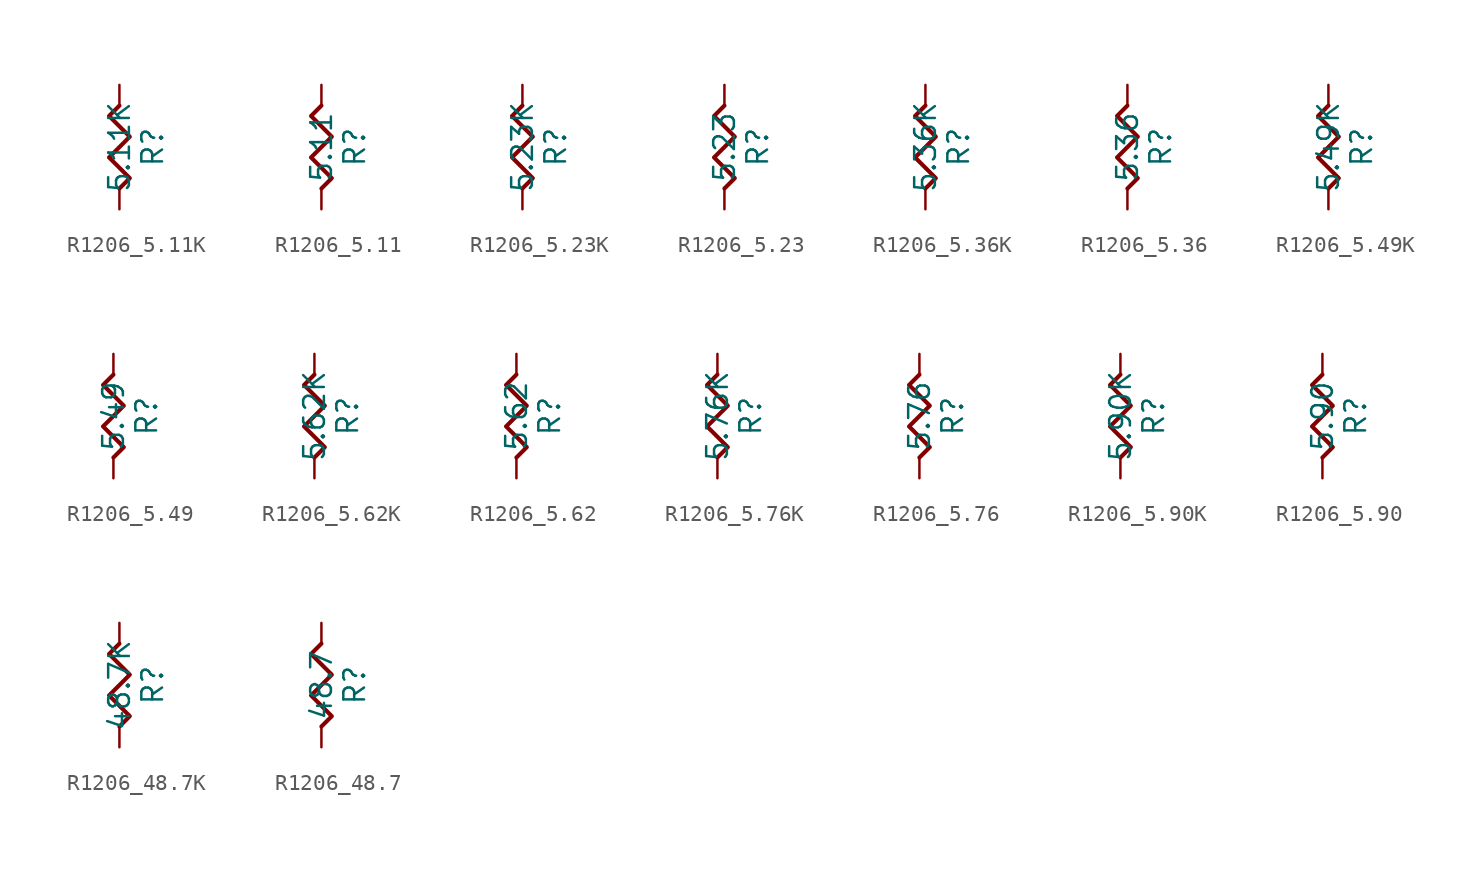
<source format=kicad_sym>
(kicad_symbol_lib
  (version 20211014)
  (generator atlantix-eda)
  (symbol "R1206_5.11K"
    (pin_numbers hide)
    (pin_names
      (offset 0))
    (property "Reference" "R"
      (at 2.032 0 90)
      (effects (font (size 1.27 1.27))))
    (property "Value" "5.11K"
      (at 0 0 90)
      (effects (font (size 1.27 1.27))))
    (symbol "R1206_5.11K_0_1"
      (polyline (pts (xy 0 -2.54) (xy 0.635 -1.905) (xy -0.635 -0.635) (xy 0.635 0.635) (xy -0.635 1.905) (xy 0 2.54)) (stroke (width 0.254) (type default) (color 0 0 0 0)) (fill (type none))))
    (symbol "R1206_5.11K_1_1"
      (pin passive line (at 0 3.81 270) (length 1.27) (name "~" (effects (font (size 1.27 1.27)))) (number "1" (effects (font (size 1.27 1.27)))))
      (pin passive line (at 0 -3.81 90) (length 1.27) (name "~" (effects (font (size 1.27 1.27)))) (number "2" (effects (font (size 1.27 1.27)))))))
  (symbol "R1206_5.11"
    (pin_numbers hide)
    (pin_names
      (offset 0))
    (property "Reference" "R"
      (at 2.032 0 90)
      (effects (font (size 1.27 1.27))))
    (property "Value" "5.11"
      (at 0 0 90)
      (effects (font (size 1.27 1.27))))
    (symbol "R1206_5.11_0_1"
      (polyline (pts (xy 0 -2.54) (xy 0.635 -1.905) (xy -0.635 -0.635) (xy 0.635 0.635) (xy -0.635 1.905) (xy 0 2.54)) (stroke (width 0.254) (type default) (color 0 0 0 0)) (fill (type none))))
    (symbol "R1206_5.11_1_1"
      (pin passive line (at 0 3.81 270) (length 1.27) (name "~" (effects (font (size 1.27 1.27)))) (number "1" (effects (font (size 1.27 1.27)))))
      (pin passive line (at 0 -3.81 90) (length 1.27) (name "~" (effects (font (size 1.27 1.27)))) (number "2" (effects (font (size 1.27 1.27)))))))
  (symbol "R1206_5.23K"
    (pin_numbers hide)
    (pin_names
      (offset 0))
    (property "Reference" "R"
      (at 2.032 0 90)
      (effects (font (size 1.27 1.27))))
    (property "Value" "5.23K"
      (at 0 0 90)
      (effects (font (size 1.27 1.27))))
    (symbol "R1206_5.23K_0_1"
      (polyline (pts (xy 0 -2.54) (xy 0.635 -1.905) (xy -0.635 -0.635) (xy 0.635 0.635) (xy -0.635 1.905) (xy 0 2.54)) (stroke (width 0.254) (type default) (color 0 0 0 0)) (fill (type none))))
    (symbol "R1206_5.23K_1_1"
      (pin passive line (at 0 3.81 270) (length 1.27) (name "~" (effects (font (size 1.27 1.27)))) (number "1" (effects (font (size 1.27 1.27)))))
      (pin passive line (at 0 -3.81 90) (length 1.27) (name "~" (effects (font (size 1.27 1.27)))) (number "2" (effects (font (size 1.27 1.27)))))))
  (symbol "R1206_5.23"
    (pin_numbers hide)
    (pin_names
      (offset 0))
    (property "Reference" "R"
      (at 2.032 0 90)
      (effects (font (size 1.27 1.27))))
    (property "Value" "5.23"
      (at 0 0 90)
      (effects (font (size 1.27 1.27))))
    (symbol "R1206_5.23_0_1"
      (polyline (pts (xy 0 -2.54) (xy 0.635 -1.905) (xy -0.635 -0.635) (xy 0.635 0.635) (xy -0.635 1.905) (xy 0 2.54)) (stroke (width 0.254) (type default) (color 0 0 0 0)) (fill (type none))))
    (symbol "R1206_5.23_1_1"
      (pin passive line (at 0 3.81 270) (length 1.27) (name "~" (effects (font (size 1.27 1.27)))) (number "1" (effects (font (size 1.27 1.27)))))
      (pin passive line (at 0 -3.81 90) (length 1.27) (name "~" (effects (font (size 1.27 1.27)))) (number "2" (effects (font (size 1.27 1.27)))))))
  (symbol "R1206_5.36K"
    (pin_numbers hide)
    (pin_names
      (offset 0))
    (property "Reference" "R"
      (at 2.032 0 90)
      (effects (font (size 1.27 1.27))))
    (property "Value" "5.36K"
      (at 0 0 90)
      (effects (font (size 1.27 1.27))))
    (symbol "R1206_5.36K_0_1"
      (polyline (pts (xy 0 -2.54) (xy 0.635 -1.905) (xy -0.635 -0.635) (xy 0.635 0.635) (xy -0.635 1.905) (xy 0 2.54)) (stroke (width 0.254) (type default) (color 0 0 0 0)) (fill (type none))))
    (symbol "R1206_5.36K_1_1"
      (pin passive line (at 0 3.81 270) (length 1.27) (name "~" (effects (font (size 1.27 1.27)))) (number "1" (effects (font (size 1.27 1.27)))))
      (pin passive line (at 0 -3.81 90) (length 1.27) (name "~" (effects (font (size 1.27 1.27)))) (number "2" (effects (font (size 1.27 1.27)))))))
  (symbol "R1206_5.36"
    (pin_numbers hide)
    (pin_names
      (offset 0))
    (property "Reference" "R"
      (at 2.032 0 90)
      (effects (font (size 1.27 1.27))))
    (property "Value" "5.36"
      (at 0 0 90)
      (effects (font (size 1.27 1.27))))
    (symbol "R1206_5.36_0_1"
      (polyline (pts (xy 0 -2.54) (xy 0.635 -1.905) (xy -0.635 -0.635) (xy 0.635 0.635) (xy -0.635 1.905) (xy 0 2.54)) (stroke (width 0.254) (type default) (color 0 0 0 0)) (fill (type none))))
    (symbol "R1206_5.36_1_1"
      (pin passive line (at 0 3.81 270) (length 1.27) (name "~" (effects (font (size 1.27 1.27)))) (number "1" (effects (font (size 1.27 1.27)))))
      (pin passive line (at 0 -3.81 90) (length 1.27) (name "~" (effects (font (size 1.27 1.27)))) (number "2" (effects (font (size 1.27 1.27)))))))
  (symbol "R1206_5.49K"
    (pin_numbers hide)
    (pin_names
      (offset 0))
    (property "Reference" "R"
      (at 2.032 0 90)
      (effects (font (size 1.27 1.27))))
    (property "Value" "5.49K"
      (at 0 0 90)
      (effects (font (size 1.27 1.27))))
    (symbol "R1206_5.49K_0_1"
      (polyline (pts (xy 0 -2.54) (xy 0.635 -1.905) (xy -0.635 -0.635) (xy 0.635 0.635) (xy -0.635 1.905) (xy 0 2.54)) (stroke (width 0.254) (type default) (color 0 0 0 0)) (fill (type none))))
    (symbol "R1206_5.49K_1_1"
      (pin passive line (at 0 3.81 270) (length 1.27) (name "~" (effects (font (size 1.27 1.27)))) (number "1" (effects (font (size 1.27 1.27)))))
      (pin passive line (at 0 -3.81 90) (length 1.27) (name "~" (effects (font (size 1.27 1.27)))) (number "2" (effects (font (size 1.27 1.27)))))))
  (symbol "R1206_5.49"
    (pin_numbers hide)
    (pin_names
      (offset 0))
    (property "Reference" "R"
      (at 2.032 0 90)
      (effects (font (size 1.27 1.27))))
    (property "Value" "5.49"
      (at 0 0 90)
      (effects (font (size 1.27 1.27))))
    (symbol "R1206_5.49_0_1"
      (polyline (pts (xy 0 -2.54) (xy 0.635 -1.905) (xy -0.635 -0.635) (xy 0.635 0.635) (xy -0.635 1.905) (xy 0 2.54)) (stroke (width 0.254) (type default) (color 0 0 0 0)) (fill (type none))))
    (symbol "R1206_5.49_1_1"
      (pin passive line (at 0 3.81 270) (length 1.27) (name "~" (effects (font (size 1.27 1.27)))) (number "1" (effects (font (size 1.27 1.27)))))
      (pin passive line (at 0 -3.81 90) (length 1.27) (name "~" (effects (font (size 1.27 1.27)))) (number "2" (effects (font (size 1.27 1.27)))))))
  (symbol "R1206_5.62K"
    (pin_numbers hide)
    (pin_names
      (offset 0))
    (property "Reference" "R"
      (at 2.032 0 90)
      (effects (font (size 1.27 1.27))))
    (property "Value" "5.62K"
      (at 0 0 90)
      (effects (font (size 1.27 1.27))))
    (symbol "R1206_5.62K_0_1"
      (polyline (pts (xy 0 -2.54) (xy 0.635 -1.905) (xy -0.635 -0.635) (xy 0.635 0.635) (xy -0.635 1.905) (xy 0 2.54)) (stroke (width 0.254) (type default) (color 0 0 0 0)) (fill (type none))))
    (symbol "R1206_5.62K_1_1"
      (pin passive line (at 0 3.81 270) (length 1.27) (name "~" (effects (font (size 1.27 1.27)))) (number "1" (effects (font (size 1.27 1.27)))))
      (pin passive line (at 0 -3.81 90) (length 1.27) (name "~" (effects (font (size 1.27 1.27)))) (number "2" (effects (font (size 1.27 1.27)))))))
  (symbol "R1206_5.62"
    (pin_numbers hide)
    (pin_names
      (offset 0))
    (property "Reference" "R"
      (at 2.032 0 90)
      (effects (font (size 1.27 1.27))))
    (property "Value" "5.62"
      (at 0 0 90)
      (effects (font (size 1.27 1.27))))
    (symbol "R1206_5.62_0_1"
      (polyline (pts (xy 0 -2.54) (xy 0.635 -1.905) (xy -0.635 -0.635) (xy 0.635 0.635) (xy -0.635 1.905) (xy 0 2.54)) (stroke (width 0.254) (type default) (color 0 0 0 0)) (fill (type none))))
    (symbol "R1206_5.62_1_1"
      (pin passive line (at 0 3.81 270) (length 1.27) (name "~" (effects (font (size 1.27 1.27)))) (number "1" (effects (font (size 1.27 1.27)))))
      (pin passive line (at 0 -3.81 90) (length 1.27) (name "~" (effects (font (size 1.27 1.27)))) (number "2" (effects (font (size 1.27 1.27)))))))
  (symbol "R1206_5.76K"
    (pin_numbers hide)
    (pin_names
      (offset 0))
    (property "Reference" "R"
      (at 2.032 0 90)
      (effects (font (size 1.27 1.27))))
    (property "Value" "5.76K"
      (at 0 0 90)
      (effects (font (size 1.27 1.27))))
    (symbol "R1206_5.76K_0_1"
      (polyline (pts (xy 0 -2.54) (xy 0.635 -1.905) (xy -0.635 -0.635) (xy 0.635 0.635) (xy -0.635 1.905) (xy 0 2.54)) (stroke (width 0.254) (type default) (color 0 0 0 0)) (fill (type none))))
    (symbol "R1206_5.76K_1_1"
      (pin passive line (at 0 3.81 270) (length 1.27) (name "~" (effects (font (size 1.27 1.27)))) (number "1" (effects (font (size 1.27 1.27)))))
      (pin passive line (at 0 -3.81 90) (length 1.27) (name "~" (effects (font (size 1.27 1.27)))) (number "2" (effects (font (size 1.27 1.27)))))))
  (symbol "R1206_5.76"
    (pin_numbers hide)
    (pin_names
      (offset 0))
    (property "Reference" "R"
      (at 2.032 0 90)
      (effects (font (size 1.27 1.27))))
    (property "Value" "5.76"
      (at 0 0 90)
      (effects (font (size 1.27 1.27))))
    (symbol "R1206_5.76_0_1"
      (polyline (pts (xy 0 -2.54) (xy 0.635 -1.905) (xy -0.635 -0.635) (xy 0.635 0.635) (xy -0.635 1.905) (xy 0 2.54)) (stroke (width 0.254) (type default) (color 0 0 0 0)) (fill (type none))))
    (symbol "R1206_5.76_1_1"
      (pin passive line (at 0 3.81 270) (length 1.27) (name "~" (effects (font (size 1.27 1.27)))) (number "1" (effects (font (size 1.27 1.27)))))
      (pin passive line (at 0 -3.81 90) (length 1.27) (name "~" (effects (font (size 1.27 1.27)))) (number "2" (effects (font (size 1.27 1.27)))))))
  (symbol "R1206_5.90K"
    (pin_numbers hide)
    (pin_names
      (offset 0))
    (property "Reference" "R"
      (at 2.032 0 90)
      (effects (font (size 1.27 1.27))))
    (property "Value" "5.90K"
      (at 0 0 90)
      (effects (font (size 1.27 1.27))))
    (symbol "R1206_5.90K_0_1"
      (polyline (pts (xy 0 -2.54) (xy 0.635 -1.905) (xy -0.635 -0.635) (xy 0.635 0.635) (xy -0.635 1.905) (xy 0 2.54)) (stroke (width 0.254) (type default) (color 0 0 0 0)) (fill (type none))))
    (symbol "R1206_5.90K_1_1"
      (pin passive line (at 0 3.81 270) (length 1.27) (name "~" (effects (font (size 1.27 1.27)))) (number "1" (effects (font (size 1.27 1.27)))))
      (pin passive line (at 0 -3.81 90) (length 1.27) (name "~" (effects (font (size 1.27 1.27)))) (number "2" (effects (font (size 1.27 1.27)))))))
  (symbol "R1206_5.90"
    (pin_numbers hide)
    (pin_names
      (offset 0))
    (property "Reference" "R"
      (at 2.032 0 90)
      (effects (font (size 1.27 1.27))))
    (property "Value" "5.90"
      (at 0 0 90)
      (effects (font (size 1.27 1.27))))
    (symbol "R1206_5.90_0_1"
      (polyline (pts (xy 0 -2.54) (xy 0.635 -1.905) (xy -0.635 -0.635) (xy 0.635 0.635) (xy -0.635 1.905) (xy 0 2.54)) (stroke (width 0.254) (type default) (color 0 0 0 0)) (fill (type none))))
    (symbol "R1206_5.90_1_1"
      (pin passive line (at 0 3.81 270) (length 1.27) (name "~" (effects (font (size 1.27 1.27)))) (number "1" (effects (font (size 1.27 1.27)))))
      (pin passive line (at 0 -3.81 90) (length 1.27) (name "~" (effects (font (size 1.27 1.27)))) (number "2" (effects (font (size 1.27 1.27)))))))
  (symbol "R1206_48.7K"
    (pin_numbers hide)
    (pin_names
      (offset 0))
    (property "Reference" "R"
      (at 2.032 0 90)
      (effects (font (size 1.27 1.27))))
    (property "Value" "48.7K"
      (at 0 0 90)
      (effects (font (size 1.27 1.27))))
    (symbol "R1206_48.7K_0_1"
      (polyline (pts (xy 0 -2.54) (xy 0.635 -1.905) (xy -0.635 -0.635) (xy 0.635 0.635) (xy -0.635 1.905) (xy 0 2.54)) (stroke (width 0.254) (type default) (color 0 0 0 0)) (fill (type none))))
    (symbol "R1206_48.7K_1_1"
      (pin passive line (at 0 3.81 270) (length 1.27) (name "~" (effects (font (size 1.27 1.27)))) (number "1" (effects (font (size 1.27 1.27)))))
      (pin passive line (at 0 -3.81 90) (length 1.27) (name "~" (effects (font (size 1.27 1.27)))) (number "2" (effects (font (size 1.27 1.27)))))))
  (symbol "R1206_48.7"
    (pin_numbers hide)
    (pin_names
      (offset 0))
    (property "Reference" "R"
      (at 2.032 0 90)
      (effects (font (size 1.27 1.27))))
    (property "Value" "48.7"
      (at 0 0 90)
      (effects (font (size 1.27 1.27))))
    (symbol "R1206_48.7_0_1"
      (polyline (pts (xy 0 -2.54) (xy 0.635 -1.905) (xy -0.635 -0.635) (xy 0.635 0.635) (xy -0.635 1.905) (xy 0 2.54)) (stroke (width 0.254) (type default) (color 0 0 0 0)) (fill (type none))))
    (symbol "R1206_48.7_1_1"
      (pin passive line (at 0 3.81 270) (length 1.27) (name "~" (effects (font (size 1.27 1.27)))) (number "1" (effects (font (size 1.27 1.27)))))
      (pin passive line (at 0 -3.81 90) (length 1.27) (name "~" (effects (font (size 1.27 1.27)))) (number "2" (effects (font (size 1.27 1.27))))))))
</source>
